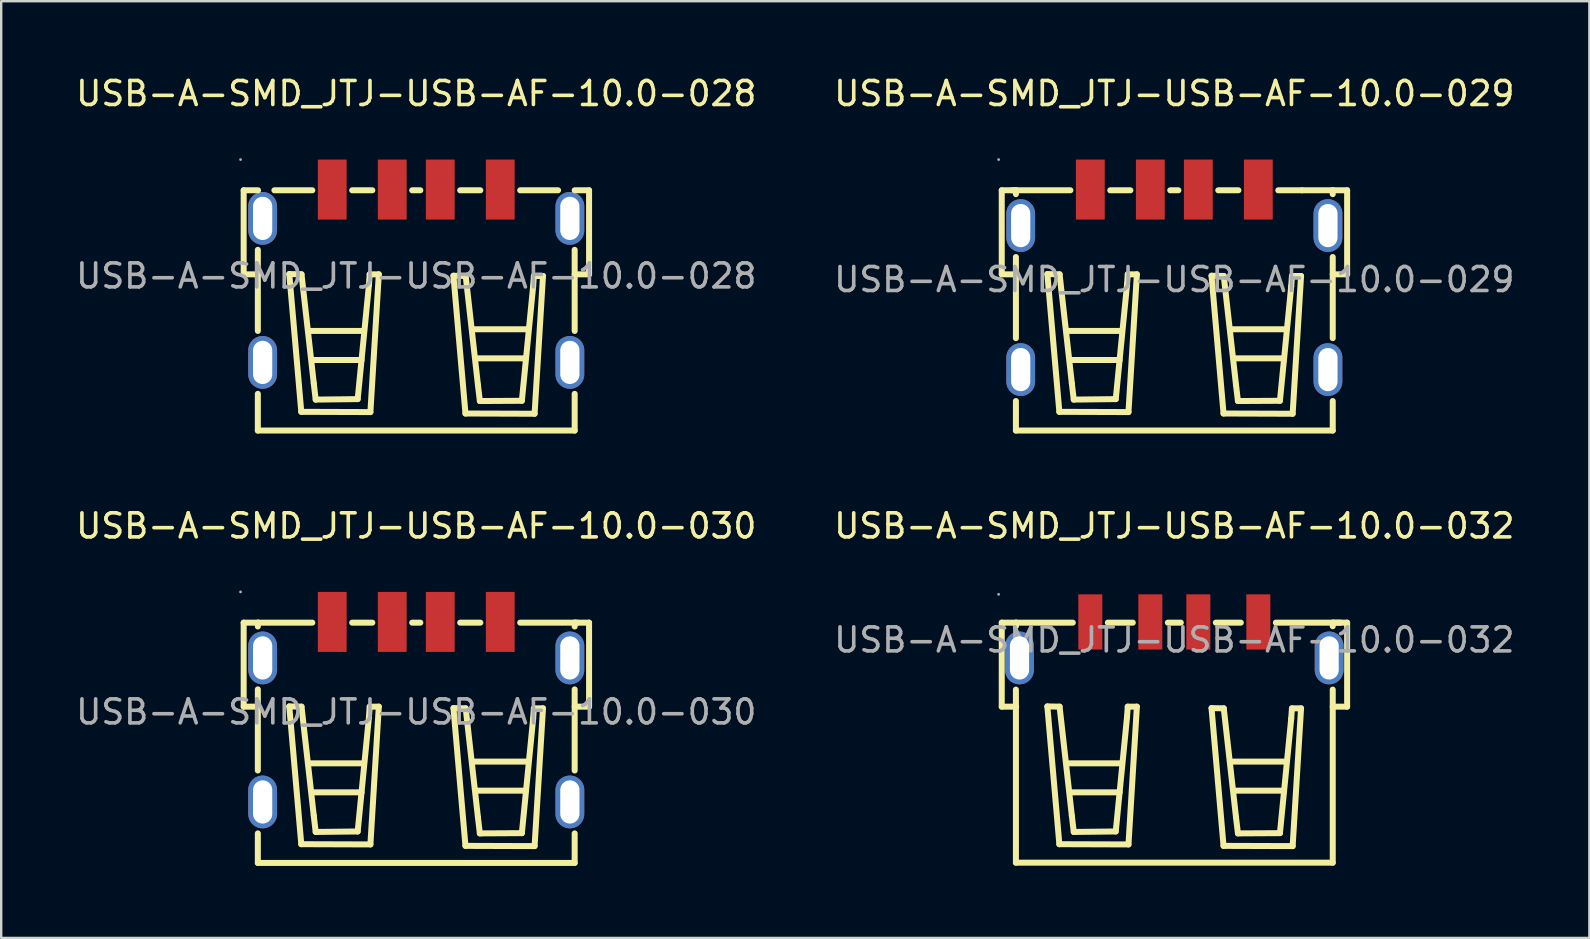
<source format=kicad_pcb>
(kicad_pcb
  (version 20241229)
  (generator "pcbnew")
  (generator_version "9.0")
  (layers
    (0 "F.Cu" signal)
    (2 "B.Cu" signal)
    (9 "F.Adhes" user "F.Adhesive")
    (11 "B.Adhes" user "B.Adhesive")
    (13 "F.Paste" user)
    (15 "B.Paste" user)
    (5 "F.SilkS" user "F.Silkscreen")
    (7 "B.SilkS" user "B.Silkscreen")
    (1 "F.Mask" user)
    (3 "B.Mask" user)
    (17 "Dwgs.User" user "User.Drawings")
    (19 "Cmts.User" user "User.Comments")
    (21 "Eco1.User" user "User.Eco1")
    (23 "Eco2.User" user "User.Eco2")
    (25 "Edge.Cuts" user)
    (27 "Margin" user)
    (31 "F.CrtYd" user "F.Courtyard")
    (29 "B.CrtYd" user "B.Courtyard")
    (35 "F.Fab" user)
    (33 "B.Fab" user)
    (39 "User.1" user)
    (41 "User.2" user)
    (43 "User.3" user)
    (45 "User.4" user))
  (footprint "USB-A-SMD_JTJ-USB-AF-10.0-028"
    (layer "F.Cu")
    (at 14.292 8.448)
    (property "Reference" "USB-A-SMD_JTJ-USB-AF-10.0-028" (at 0 -7.6 0) (layer "F.SilkS") (effects (font (size 1 1) (thickness 0.15))))
    (attr through_hole)
    (fp_line (start -7.19 -0.07) (end -7.19 -3.57) (stroke (width 0.25) (type solid)) (layer "F.SilkS"))
    (fp_line (start -6.6 2.29) (end -6.6 -1.09) (stroke (width 0.25) (type solid)) (layer "F.SilkS"))
    (fp_line (start -6.6 6.44) (end -6.6 4.91) (stroke (width 0.25) (type solid)) (layer "F.SilkS"))
    (fp_line (start -6.6 6.44) (end 6.6 6.44) (stroke (width 0.25) (type solid)) (layer "F.SilkS"))
    (fp_line (start -6.59 -3.57) (end -7.19 -3.57) (stroke (width 0.25) (type solid)) (layer "F.SilkS"))
    (fp_line (start -6.59 -0.07) (end -7.19 -0.07) (stroke (width 0.25) (type solid)) (layer "F.SilkS"))
    (fp_line (start -5.91 -3.57) (end -4.33 -3.57) (stroke (width 0.25) (type solid)) (layer "F.SilkS"))
    (fp_line (start -5.29 -0.08) (end -4.78 -0.07) (stroke (width 0.25) (type solid)) (layer "F.SilkS"))
    (fp_line (start -4.79 5.66) (end -5.29 -0.08) (stroke (width 0.25) (type solid)) (layer "F.SilkS"))
    (fp_line (start -4.78 -0.07) (end -4.27 4.47) (stroke (width 0.25) (type solid)) (layer "F.SilkS"))
    (fp_line (start -4.45 2.29) (end -2.19 2.29) (stroke (width 0.25) (type solid)) (layer "F.SilkS"))
    (fp_line (start -4.31 3.5) (end -2.28 3.5) (stroke (width 0.25) (type solid)) (layer "F.SilkS"))
    (fp_line (start -4.27 4.47) (end -4.19 5.15) (stroke (width 0.25) (type solid)) (layer "F.SilkS"))
    (fp_line (start -4.19 5.15) (end -2.44 5.13) (stroke (width 0.25) (type solid)) (layer "F.SilkS"))
    (fp_line (start -2.67 -3.57) (end -1.83 -3.57) (stroke (width 0.25) (type solid)) (layer "F.SilkS"))
    (fp_line (start -2.44 5.13) (end -1.97 0.36) (stroke (width 0.25) (type solid)) (layer "F.SilkS"))
    (fp_line (start -1.97 0.36) (end -1.94 -0.07) (stroke (width 0.25) (type solid)) (layer "F.SilkS"))
    (fp_line (start -1.94 -0.07) (end -1.56 -0.07) (stroke (width 0.25) (type solid)) (layer "F.SilkS"))
    (fp_line (start -1.91 5.67) (end -4.79 5.66) (stroke (width 0.25) (type solid)) (layer "F.SilkS"))
    (fp_line (start -1.56 -0.07) (end -1.91 5.67) (stroke (width 0.25) (type solid)) (layer "F.SilkS"))
    (fp_line (start -0.17 -3.57) (end 0.17 -3.57) (stroke (width 0.25) (type solid)) (layer "F.SilkS"))
    (fp_line (start 1.55 -0.01) (end 2.06 0) (stroke (width 0.25) (type solid)) (layer "F.SilkS"))
    (fp_line (start 1.83 -3.57) (end 2.67 -3.57) (stroke (width 0.25) (type solid)) (layer "F.SilkS"))
    (fp_line (start 2.05 5.73) (end 1.55 -0.01) (stroke (width 0.25) (type solid)) (layer "F.SilkS"))
    (fp_line (start 2.06 0) (end 2.57 4.54) (stroke (width 0.25) (type solid)) (layer "F.SilkS"))
    (fp_line (start 2.4 2.22) (end 4.66 2.22) (stroke (width 0.25) (type solid)) (layer "F.SilkS"))
    (fp_line (start 2.54 3.43) (end 4.57 3.43) (stroke (width 0.25) (type solid)) (layer "F.SilkS"))
    (fp_line (start 2.57 4.54) (end 2.65 5.21) (stroke (width 0.25) (type solid)) (layer "F.SilkS"))
    (fp_line (start 2.65 5.21) (end 4.4 5.2) (stroke (width 0.25) (type solid)) (layer "F.SilkS"))
    (fp_line (start 4.33 -3.57) (end 5.91 -3.57) (stroke (width 0.25) (type solid)) (layer "F.SilkS"))
    (fp_line (start 4.4 5.2) (end 4.87 0.43) (stroke (width 0.25) (type solid)) (layer "F.SilkS"))
    (fp_line (start 4.87 0.43) (end 4.9 0) (stroke (width 0.25) (type solid)) (layer "F.SilkS"))
    (fp_line (start 4.9 0) (end 5.28 0) (stroke (width 0.25) (type solid)) (layer "F.SilkS"))
    (fp_line (start 4.93 5.74) (end 2.05 5.73) (stroke (width 0.25) (type solid)) (layer "F.SilkS"))
    (fp_line (start 5.28 0) (end 4.93 5.74) (stroke (width 0.25) (type solid)) (layer "F.SilkS"))
    (fp_line (start 6.6 -3.57) (end 7.2 -3.57) (stroke (width 0.25) (type solid)) (layer "F.SilkS"))
    (fp_line (start 6.6 -0.07) (end 7.2 -0.07) (stroke (width 0.25) (type solid)) (layer "F.SilkS"))
    (fp_line (start 6.6 2.29) (end 6.6 -1.09) (stroke (width 0.25) (type solid)) (layer "F.SilkS"))
    (fp_line (start 6.6 6.44) (end 6.6 4.91) (stroke (width 0.25) (type solid)) (layer "F.SilkS"))
    (fp_line (start 7.2 -3.57) (end 7.2 -0.07) (stroke (width 0.25) (type solid)) (layer "F.SilkS"))
    (fp_circle (center -7.32 -4.85) (end -7.29 -4.85) (stroke (width 0.06) (type solid)) (fill no) (layer "F.Fab"))
    (fp_text user "${REFERENCE}" (at 0 0 0) (layer "F.Fab") (effects (font (size 1 1) (thickness 0.15))))
    (pad "1" smd rect (at -3.5 -3.6 180) (size 1.2 2.5) (layers "F.Cu" "F.Mask" "F.Paste"))
    (pad "2" smd rect (at -1 -3.6 180) (size 1.2 2.5) (layers "F.Cu" "F.Mask" "F.Paste"))
    (pad "3" smd rect (at 1 -3.6 180) (size 1.2 2.5) (layers "F.Cu" "F.Mask" "F.Paste"))
    (pad "4" smd rect (at 3.5 -3.6 180) (size 1.2 2.5) (layers "F.Cu" "F.Mask" "F.Paste"))
    (pad "5" thru_hole oval (at 6.4 -2.4 90) (size 2.2 1.2) (drill oval 1.8 0.8) (layers "*.Cu" "*.Paste" "*.Mask"))
    (pad "6" thru_hole oval (at 6.4 3.6 90) (size 2.2 1.2) (drill oval 1.8 0.8) (layers "*.Cu" "*.Paste" "*.Mask"))
    (pad "7" thru_hole oval (at -6.4 3.6 270) (size 2.2 1.2) (drill oval 1.8 0.8) (layers "*.Cu" "*.Paste" "*.Mask"))
    (pad "8" thru_hole oval (at -6.4 -2.4 270) (size 2.2 1.2) (drill oval 1.8 0.8) (layers "*.Cu" "*.Paste" "*.Mask")))
  (footprint "USB-A-SMD_JTJ-USB-AF-10.0-029"
    (layer "F.Cu")
    (at 45.875 8.598)
    (property "Reference" "USB-A-SMD_JTJ-USB-AF-10.0-029" (at 0 -7.75 0) (layer "F.SilkS") (effects (font (size 1 1) (thickness 0.15))))
    (attr through_hole)
    (fp_line (start -7.19 -0.22) (end -7.19 -3.72) (stroke (width 0.25) (type solid)) (layer "F.SilkS"))
    (fp_line (start -6.76 -3.72) (end -4.33 -3.72) (stroke (width 0.25) (type solid)) (layer "F.SilkS"))
    (fp_line (start -6.6 -3.56) (end -6.6 -3.72) (stroke (width 0.25) (type solid)) (layer "F.SilkS"))
    (fp_line (start -6.6 2.44) (end -6.6 -0.94) (stroke (width 0.25) (type solid)) (layer "F.SilkS"))
    (fp_line (start -6.6 6.29) (end -6.6 5.06) (stroke (width 0.25) (type solid)) (layer "F.SilkS"))
    (fp_line (start -6.6 6.29) (end 6.6 6.29) (stroke (width 0.25) (type solid)) (layer "F.SilkS"))
    (fp_line (start -6.59 -3.72) (end -7.19 -3.72) (stroke (width 0.25) (type solid)) (layer "F.SilkS"))
    (fp_line (start -6.59 -0.22) (end -7.19 -0.22) (stroke (width 0.25) (type solid)) (layer "F.SilkS"))
    (fp_line (start -5.29 -0.23) (end -4.78 -0.22) (stroke (width 0.25) (type solid)) (layer "F.SilkS"))
    (fp_line (start -4.79 5.51) (end -5.29 -0.23) (stroke (width 0.25) (type solid)) (layer "F.SilkS"))
    (fp_line (start -4.78 -0.22) (end -4.27 4.32) (stroke (width 0.25) (type solid)) (layer "F.SilkS"))
    (fp_line (start -4.45 2.14) (end -2.19 2.14) (stroke (width 0.25) (type solid)) (layer "F.SilkS"))
    (fp_line (start -4.31 3.35) (end -2.28 3.35) (stroke (width 0.25) (type solid)) (layer "F.SilkS"))
    (fp_line (start -4.27 4.32) (end -4.19 5) (stroke (width 0.25) (type solid)) (layer "F.SilkS"))
    (fp_line (start -4.19 5) (end -2.44 4.98) (stroke (width 0.25) (type solid)) (layer "F.SilkS"))
    (fp_line (start -2.67 -3.72) (end -1.83 -3.72) (stroke (width 0.25) (type solid)) (layer "F.SilkS"))
    (fp_line (start -2.44 4.98) (end -1.97 0.21) (stroke (width 0.25) (type solid)) (layer "F.SilkS"))
    (fp_line (start -1.97 0.21) (end -1.94 -0.22) (stroke (width 0.25) (type solid)) (layer "F.SilkS"))
    (fp_line (start -1.94 -0.22) (end -1.56 -0.22) (stroke (width 0.25) (type solid)) (layer "F.SilkS"))
    (fp_line (start -1.91 5.52) (end -4.79 5.51) (stroke (width 0.25) (type solid)) (layer "F.SilkS"))
    (fp_line (start -1.56 -0.22) (end -1.91 5.52) (stroke (width 0.25) (type solid)) (layer "F.SilkS"))
    (fp_line (start -0.17 -3.72) (end 0.17 -3.72) (stroke (width 0.25) (type solid)) (layer "F.SilkS"))
    (fp_line (start 1.55 -0.16) (end 2.06 -0.15) (stroke (width 0.25) (type solid)) (layer "F.SilkS"))
    (fp_line (start 1.83 -3.72) (end 2.67 -3.72) (stroke (width 0.25) (type solid)) (layer "F.SilkS"))
    (fp_line (start 2.05 5.58) (end 1.55 -0.16) (stroke (width 0.25) (type solid)) (layer "F.SilkS"))
    (fp_line (start 2.06 -0.15) (end 2.57 4.39) (stroke (width 0.25) (type solid)) (layer "F.SilkS"))
    (fp_line (start 2.4 2.07) (end 4.66 2.07) (stroke (width 0.25) (type solid)) (layer "F.SilkS"))
    (fp_line (start 2.54 3.28) (end 4.57 3.28) (stroke (width 0.25) (type solid)) (layer "F.SilkS"))
    (fp_line (start 2.57 4.39) (end 2.65 5.06) (stroke (width 0.25) (type solid)) (layer "F.SilkS"))
    (fp_line (start 2.65 5.06) (end 4.4 5.05) (stroke (width 0.25) (type solid)) (layer "F.SilkS"))
    (fp_line (start 4.33 -3.72) (end 5.32 -3.72) (stroke (width 0.25) (type solid)) (layer "F.SilkS"))
    (fp_line (start 4.4 5.05) (end 4.87 0.28) (stroke (width 0.25) (type solid)) (layer "F.SilkS"))
    (fp_line (start 4.87 0.28) (end 4.9 -0.15) (stroke (width 0.25) (type solid)) (layer "F.SilkS"))
    (fp_line (start 4.9 -0.15) (end 5.28 -0.15) (stroke (width 0.25) (type solid)) (layer "F.SilkS"))
    (fp_line (start 4.93 5.59) (end 2.05 5.58) (stroke (width 0.25) (type solid)) (layer "F.SilkS"))
    (fp_line (start 5.28 -0.15) (end 4.93 5.59) (stroke (width 0.25) (type solid)) (layer "F.SilkS"))
    (fp_line (start 5.32 -3.72) (end 6.6 -3.72) (stroke (width 0.25) (type solid)) (layer "F.SilkS"))
    (fp_line (start 6.6 -3.72) (end 7.2 -3.72) (stroke (width 0.25) (type solid)) (layer "F.SilkS"))
    (fp_line (start 6.6 -3.56) (end 6.6 -3.72) (stroke (width 0.25) (type solid)) (layer "F.SilkS"))
    (fp_line (start 6.6 -0.22) (end 7.2 -0.22) (stroke (width 0.25) (type solid)) (layer "F.SilkS"))
    (fp_line (start 6.6 2.44) (end 6.6 -0.94) (stroke (width 0.25) (type solid)) (layer "F.SilkS"))
    (fp_line (start 6.6 6.29) (end 6.6 5.06) (stroke (width 0.25) (type solid)) (layer "F.SilkS"))
    (fp_line (start 7.2 -3.72) (end 7.2 -0.22) (stroke (width 0.25) (type solid)) (layer "F.SilkS"))
    (fp_circle (center -7.32 -5) (end -7.29 -5) (stroke (width 0.06) (type solid)) (fill no) (layer "F.Fab"))
    (fp_text user "${REFERENCE}" (at 0 0 0) (layer "F.Fab") (effects (font (size 1 1) (thickness 0.15))))
    (pad "1" smd rect (at -3.5 -3.75 180) (size 1.2 2.5) (layers "F.Cu" "F.Mask" "F.Paste"))
    (pad "2" smd rect (at -1 -3.75 180) (size 1.2 2.5) (layers "F.Cu" "F.Mask" "F.Paste"))
    (pad "3" smd rect (at 1 -3.75 180) (size 1.2 2.5) (layers "F.Cu" "F.Mask" "F.Paste"))
    (pad "4" smd rect (at 3.5 -3.75 180) (size 1.2 2.5) (layers "F.Cu" "F.Mask" "F.Paste"))
    (pad "5" thru_hole oval (at 6.4 -2.25 90) (size 2.2 1.2) (drill oval 1.8 0.8) (layers "*.Cu" "*.Paste" "*.Mask"))
    (pad "6" thru_hole oval (at 6.4 3.75 90) (size 2.2 1.2) (drill oval 1.8 0.8) (layers "*.Cu" "*.Paste" "*.Mask"))
    (pad "7" thru_hole oval (at -6.4 3.75 270) (size 2.2 1.2) (drill oval 1.8 0.8) (layers "*.Cu" "*.Paste" "*.Mask"))
    (pad "8" thru_hole oval (at -6.4 -2.25 270) (size 2.2 1.2) (drill oval 1.8 0.8) (layers "*.Cu" "*.Paste" "*.Mask")))
  (footprint "USB-A-SMD_JTJ-USB-AF-10.0-032"
    (layer "F.Cu")
    (at 45.875 23.611)
    (property "Reference" "USB-A-SMD_JTJ-USB-AF-10.0-032" (at 0 -4.75 0) (layer "F.SilkS") (effects (font (size 1 1) (thickness 0.15))))
    (attr through_hole)
    (fp_line (start -7.19 2.78) (end -7.19 -0.72) (stroke (width 0.25) (type solid)) (layer "F.SilkS"))
    (fp_line (start -6.6 -0.57) (end -6.6 -0.72) (stroke (width 0.25) (type solid)) (layer "F.SilkS"))
    (fp_line (start -6.6 9.28) (end -6.6 2.07) (stroke (width 0.25) (type solid)) (layer "F.SilkS"))
    (fp_line (start -6.6 9.28) (end 6.6 9.28) (stroke (width 0.25) (type solid)) (layer "F.SilkS"))
    (fp_line (start -6.59 -0.72) (end -7.19 -0.72) (stroke (width 0.25) (type solid)) (layer "F.SilkS"))
    (fp_line (start -6.59 -0.72) (end -4.23 -0.72) (stroke (width 0.25) (type solid)) (layer "F.SilkS"))
    (fp_line (start -6.59 2.78) (end -7.19 2.78) (stroke (width 0.25) (type solid)) (layer "F.SilkS"))
    (fp_line (start -5.29 2.77) (end -4.78 2.78) (stroke (width 0.25) (type solid)) (layer "F.SilkS"))
    (fp_line (start -4.79 8.51) (end -5.29 2.77) (stroke (width 0.25) (type solid)) (layer "F.SilkS"))
    (fp_line (start -4.78 2.78) (end -4.27 7.32) (stroke (width 0.25) (type solid)) (layer "F.SilkS"))
    (fp_line (start -4.45 5.14) (end -2.19 5.14) (stroke (width 0.25) (type solid)) (layer "F.SilkS"))
    (fp_line (start -4.31 6.35) (end -2.28 6.35) (stroke (width 0.25) (type solid)) (layer "F.SilkS"))
    (fp_line (start -4.27 7.32) (end -4.19 8) (stroke (width 0.25) (type solid)) (layer "F.SilkS"))
    (fp_line (start -4.19 8) (end -2.44 7.98) (stroke (width 0.25) (type solid)) (layer "F.SilkS"))
    (fp_line (start -2.77 -0.72) (end -1.73 -0.72) (stroke (width 0.25) (type solid)) (layer "F.SilkS"))
    (fp_line (start -2.44 7.98) (end -1.97 3.21) (stroke (width 0.25) (type solid)) (layer "F.SilkS"))
    (fp_line (start -1.97 3.21) (end -1.94 2.78) (stroke (width 0.25) (type solid)) (layer "F.SilkS"))
    (fp_line (start -1.94 2.78) (end -1.56 2.78) (stroke (width 0.25) (type solid)) (layer "F.SilkS"))
    (fp_line (start -1.91 8.52) (end -4.79 8.51) (stroke (width 0.25) (type solid)) (layer "F.SilkS"))
    (fp_line (start -1.56 2.78) (end -1.91 8.52) (stroke (width 0.25) (type solid)) (layer "F.SilkS"))
    (fp_line (start -0.27 -0.72) (end 0.27 -0.72) (stroke (width 0.25) (type solid)) (layer "F.SilkS"))
    (fp_line (start 1.55 2.84) (end 2.06 2.85) (stroke (width 0.25) (type solid)) (layer "F.SilkS"))
    (fp_line (start 1.73 -0.72) (end 2.77 -0.72) (stroke (width 0.25) (type solid)) (layer "F.SilkS"))
    (fp_line (start 2.05 8.58) (end 1.55 2.84) (stroke (width 0.25) (type solid)) (layer "F.SilkS"))
    (fp_line (start 2.06 2.85) (end 2.57 7.39) (stroke (width 0.25) (type solid)) (layer "F.SilkS"))
    (fp_line (start 2.4 5.07) (end 4.66 5.07) (stroke (width 0.25) (type solid)) (layer "F.SilkS"))
    (fp_line (start 2.54 6.28) (end 4.57 6.28) (stroke (width 0.25) (type solid)) (layer "F.SilkS"))
    (fp_line (start 2.57 7.39) (end 2.65 8.06) (stroke (width 0.25) (type solid)) (layer "F.SilkS"))
    (fp_line (start 2.65 8.06) (end 4.4 8.05) (stroke (width 0.25) (type solid)) (layer "F.SilkS"))
    (fp_line (start 4.23 -0.72) (end 6.92 -0.72) (stroke (width 0.25) (type solid)) (layer "F.SilkS"))
    (fp_line (start 4.4 8.05) (end 4.87 3.28) (stroke (width 0.25) (type solid)) (layer "F.SilkS"))
    (fp_line (start 4.87 3.28) (end 4.9 2.85) (stroke (width 0.25) (type solid)) (layer "F.SilkS"))
    (fp_line (start 4.9 2.85) (end 5.28 2.85) (stroke (width 0.25) (type solid)) (layer "F.SilkS"))
    (fp_line (start 4.93 8.59) (end 2.05 8.58) (stroke (width 0.25) (type solid)) (layer "F.SilkS"))
    (fp_line (start 5.28 2.85) (end 4.93 8.59) (stroke (width 0.25) (type solid)) (layer "F.SilkS"))
    (fp_line (start 6.6 -0.72) (end 7.2 -0.72) (stroke (width 0.25) (type solid)) (layer "F.SilkS"))
    (fp_line (start 6.6 -0.57) (end 6.6 -0.72) (stroke (width 0.25) (type solid)) (layer "F.SilkS"))
    (fp_line (start 6.6 2.78) (end 7.2 2.78) (stroke (width 0.25) (type solid)) (layer "F.SilkS"))
    (fp_line (start 6.6 9.28) (end 6.6 2.07) (stroke (width 0.25) (type solid)) (layer "F.SilkS"))
    (fp_line (start 7.2 -0.72) (end 7.2 2.78) (stroke (width 0.25) (type solid)) (layer "F.SilkS"))
    (fp_circle (center -7.32 -1.9) (end -7.29 -1.9) (stroke (width 0.06) (type solid)) (fill no) (layer "F.Fab"))
    (fp_text user "${REFERENCE}" (at 0 0 0) (layer "F.Fab") (effects (font (size 1 1) (thickness 0.15))))
    (pad "1" smd rect (at -3.5 -0.75 180) (size 1 2.3) (layers "F.Cu" "F.Mask" "F.Paste"))
    (pad "2" smd rect (at -1 -0.75 180) (size 1 2.3) (layers "F.Cu" "F.Mask" "F.Paste"))
    (pad "3" smd rect (at 1 -0.75 180) (size 1 2.3) (layers "F.Cu" "F.Mask" "F.Paste"))
    (pad "4" smd rect (at 3.5 -0.75 180) (size 1 2.3) (layers "F.Cu" "F.Mask" "F.Paste"))
    (pad "5" thru_hole oval (at 6.45 0.75 90) (size 2.2 1.2) (drill oval 1.8 0.8) (layers "*.Cu" "*.Paste" "*.Mask"))
    (pad "6" thru_hole oval (at -6.45 0.75 270) (size 2.2 1.2) (drill oval 1.8 0.8) (layers "*.Cu" "*.Paste" "*.Mask")))
  (footprint "USB-A-SMD_JTJ-USB-AF-10.0-030"
    (layer "F.Cu")
    (at 14.292 26.611)
    (property "Reference" "USB-A-SMD_JTJ-USB-AF-10.0-030" (at 0 -7.75 0) (layer "F.SilkS") (effects (font (size 1 1) (thickness 0.15))))
    (attr through_hole)
    (fp_line (start -7.19 -0.22) (end -7.19 -3.72) (stroke (width 0.25) (type solid)) (layer "F.SilkS"))
    (fp_line (start -6.6 -3.56) (end -6.6 -3.72) (stroke (width 0.25) (type solid)) (layer "F.SilkS"))
    (fp_line (start -6.6 2.44) (end -6.6 -0.94) (stroke (width 0.25) (type solid)) (layer "F.SilkS"))
    (fp_line (start -6.6 6.29) (end -6.6 5.06) (stroke (width 0.25) (type solid)) (layer "F.SilkS"))
    (fp_line (start -6.6 6.29) (end 6.6 6.29) (stroke (width 0.25) (type solid)) (layer "F.SilkS"))
    (fp_line (start -6.59 -3.72) (end -7.19 -3.72) (stroke (width 0.25) (type solid)) (layer "F.SilkS"))
    (fp_line (start -6.59 -3.72) (end -4.33 -3.72) (stroke (width 0.25) (type solid)) (layer "F.SilkS"))
    (fp_line (start -6.59 -0.22) (end -7.19 -0.22) (stroke (width 0.25) (type solid)) (layer "F.SilkS"))
    (fp_line (start -5.29 -0.23) (end -4.78 -0.22) (stroke (width 0.25) (type solid)) (layer "F.SilkS"))
    (fp_line (start -4.79 5.51) (end -5.29 -0.23) (stroke (width 0.25) (type solid)) (layer "F.SilkS"))
    (fp_line (start -4.78 -0.22) (end -4.27 4.32) (stroke (width 0.25) (type solid)) (layer "F.SilkS"))
    (fp_line (start -4.45 2.14) (end -2.19 2.14) (stroke (width 0.25) (type solid)) (layer "F.SilkS"))
    (fp_line (start -4.31 3.35) (end -2.28 3.35) (stroke (width 0.25) (type solid)) (layer "F.SilkS"))
    (fp_line (start -4.27 4.32) (end -4.19 5) (stroke (width 0.25) (type solid)) (layer "F.SilkS"))
    (fp_line (start -4.19 5) (end -2.44 4.98) (stroke (width 0.25) (type solid)) (layer "F.SilkS"))
    (fp_line (start -2.67 -3.72) (end -1.83 -3.72) (stroke (width 0.25) (type solid)) (layer "F.SilkS"))
    (fp_line (start -2.44 4.98) (end -1.97 0.21) (stroke (width 0.25) (type solid)) (layer "F.SilkS"))
    (fp_line (start -1.97 0.21) (end -1.94 -0.22) (stroke (width 0.25) (type solid)) (layer "F.SilkS"))
    (fp_line (start -1.94 -0.22) (end -1.56 -0.22) (stroke (width 0.25) (type solid)) (layer "F.SilkS"))
    (fp_line (start -1.91 5.52) (end -4.79 5.51) (stroke (width 0.25) (type solid)) (layer "F.SilkS"))
    (fp_line (start -1.56 -0.22) (end -1.91 5.52) (stroke (width 0.25) (type solid)) (layer "F.SilkS"))
    (fp_line (start -0.17 -3.72) (end 0.17 -3.72) (stroke (width 0.25) (type solid)) (layer "F.SilkS"))
    (fp_line (start 1.55 -0.16) (end 2.06 -0.15) (stroke (width 0.25) (type solid)) (layer "F.SilkS"))
    (fp_line (start 1.83 -3.72) (end 2.67 -3.72) (stroke (width 0.25) (type solid)) (layer "F.SilkS"))
    (fp_line (start 2.05 5.58) (end 1.55 -0.16) (stroke (width 0.25) (type solid)) (layer "F.SilkS"))
    (fp_line (start 2.06 -0.15) (end 2.57 4.39) (stroke (width 0.25) (type solid)) (layer "F.SilkS"))
    (fp_line (start 2.4 2.07) (end 4.66 2.07) (stroke (width 0.25) (type solid)) (layer "F.SilkS"))
    (fp_line (start 2.54 3.28) (end 4.57 3.28) (stroke (width 0.25) (type solid)) (layer "F.SilkS"))
    (fp_line (start 2.57 4.39) (end 2.65 5.06) (stroke (width 0.25) (type solid)) (layer "F.SilkS"))
    (fp_line (start 2.65 5.06) (end 4.4 5.05) (stroke (width 0.25) (type solid)) (layer "F.SilkS"))
    (fp_line (start 4.33 -3.72) (end 6.71 -3.72) (stroke (width 0.25) (type solid)) (layer "F.SilkS"))
    (fp_line (start 4.4 5.05) (end 4.87 0.28) (stroke (width 0.25) (type solid)) (layer "F.SilkS"))
    (fp_line (start 4.87 0.28) (end 4.9 -0.15) (stroke (width 0.25) (type solid)) (layer "F.SilkS"))
    (fp_line (start 4.9 -0.15) (end 5.28 -0.15) (stroke (width 0.25) (type solid)) (layer "F.SilkS"))
    (fp_line (start 4.93 5.59) (end 2.05 5.58) (stroke (width 0.25) (type solid)) (layer "F.SilkS"))
    (fp_line (start 5.28 -0.15) (end 4.93 5.59) (stroke (width 0.25) (type solid)) (layer "F.SilkS"))
    (fp_line (start 6.6 -3.72) (end 7.2 -3.72) (stroke (width 0.25) (type solid)) (layer "F.SilkS"))
    (fp_line (start 6.6 -3.56) (end 6.6 -3.72) (stroke (width 0.25) (type solid)) (layer "F.SilkS"))
    (fp_line (start 6.6 -0.22) (end 7.2 -0.22) (stroke (width 0.25) (type solid)) (layer "F.SilkS"))
    (fp_line (start 6.6 2.44) (end 6.6 -0.94) (stroke (width 0.25) (type solid)) (layer "F.SilkS"))
    (fp_line (start 6.6 6.29) (end 6.6 5.06) (stroke (width 0.25) (type solid)) (layer "F.SilkS"))
    (fp_line (start 7.2 -3.72) (end 7.2 -0.22) (stroke (width 0.25) (type solid)) (layer "F.SilkS"))
    (fp_circle (center -7.32 -5) (end -7.29 -5) (stroke (width 0.06) (type solid)) (fill no) (layer "F.Fab"))
    (fp_text user "${REFERENCE}" (at 0 0 0) (layer "F.Fab") (effects (font (size 1 1) (thickness 0.15))))
    (pad "1" smd rect (at -3.5 -3.75 180) (size 1.2 2.5) (layers "F.Cu" "F.Mask" "F.Paste"))
    (pad "2" smd rect (at -1 -3.75 180) (size 1.2 2.5) (layers "F.Cu" "F.Mask" "F.Paste"))
    (pad "3" smd rect (at 1 -3.75 180) (size 1.2 2.5) (layers "F.Cu" "F.Mask" "F.Paste"))
    (pad "4" smd rect (at 3.5 -3.75 180) (size 1.2 2.5) (layers "F.Cu" "F.Mask" "F.Paste"))
    (pad "5" thru_hole oval (at 6.4 -2.25 90) (size 2.2 1.2) (drill oval 1.8 0.8) (layers "*.Cu" "*.Paste" "*.Mask"))
    (pad "6" thru_hole oval (at 6.4 3.75 90) (size 2.2 1.2) (drill oval 1.8 0.8) (layers "*.Cu" "*.Paste" "*.Mask"))
    (pad "7" thru_hole oval (at -6.4 3.75 270) (size 2.2 1.2) (drill oval 1.8 0.8) (layers "*.Cu" "*.Paste" "*.Mask"))
    (pad "8" thru_hole oval (at -6.4 -2.25 270) (size 2.2 1.2) (drill oval 1.8 0.8) (layers "*.Cu" "*.Paste" "*.Mask")))
  (gr_rect
    (start -3 -3)
    (end 63.167 36.026)
    (stroke (width 0.1) (type default))
    (fill no)
    (layer "Edge.Cuts")))
</source>
